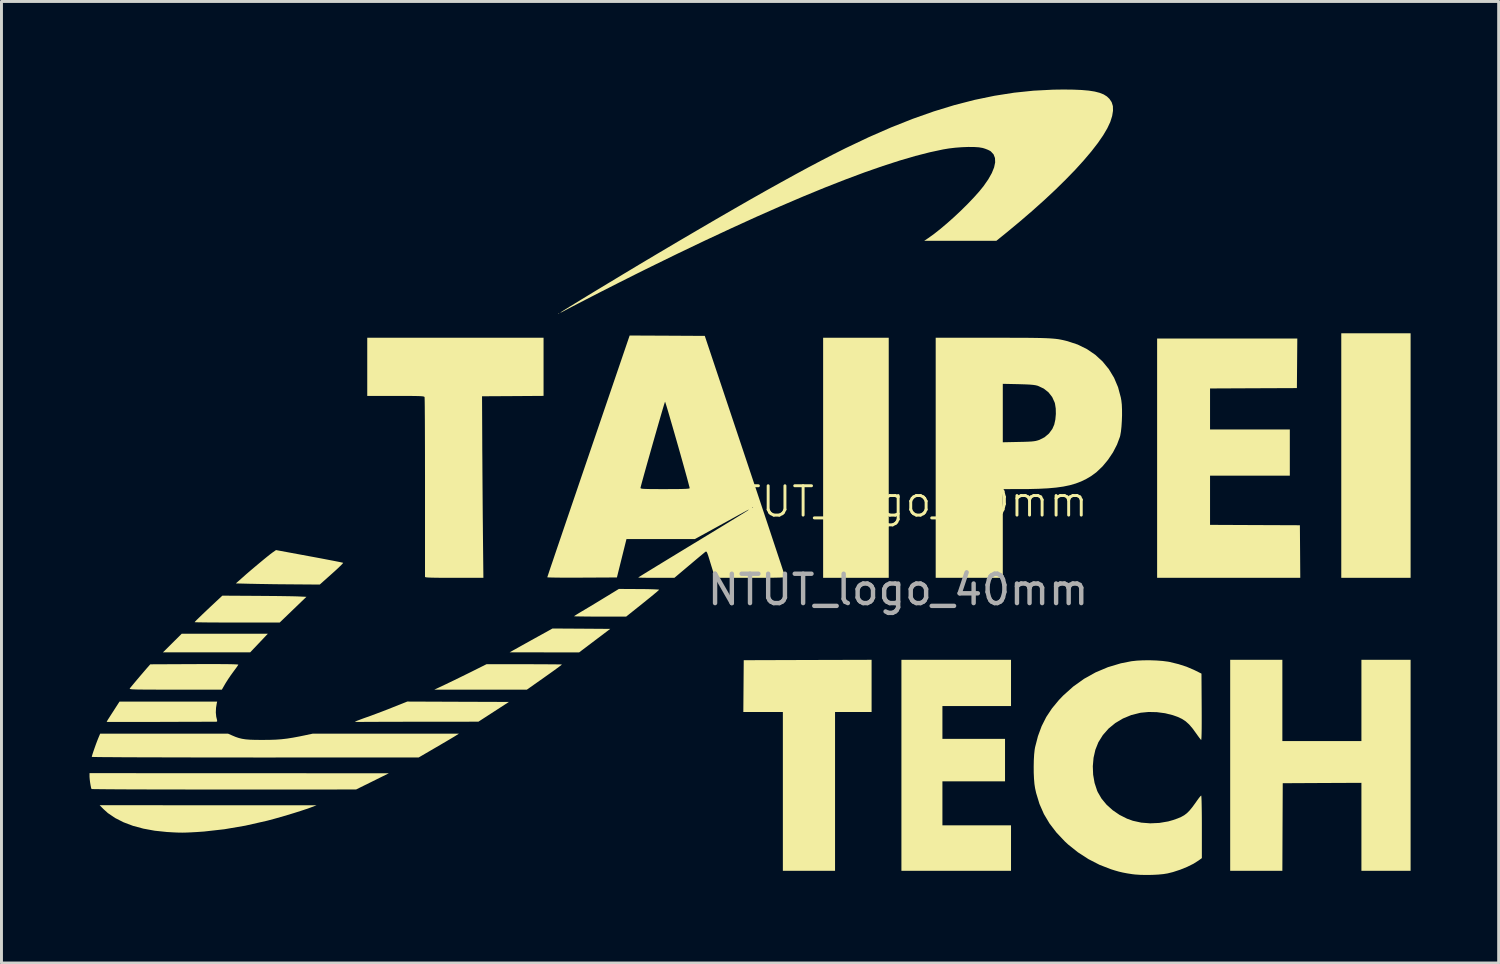
<source format=kicad_pcb>
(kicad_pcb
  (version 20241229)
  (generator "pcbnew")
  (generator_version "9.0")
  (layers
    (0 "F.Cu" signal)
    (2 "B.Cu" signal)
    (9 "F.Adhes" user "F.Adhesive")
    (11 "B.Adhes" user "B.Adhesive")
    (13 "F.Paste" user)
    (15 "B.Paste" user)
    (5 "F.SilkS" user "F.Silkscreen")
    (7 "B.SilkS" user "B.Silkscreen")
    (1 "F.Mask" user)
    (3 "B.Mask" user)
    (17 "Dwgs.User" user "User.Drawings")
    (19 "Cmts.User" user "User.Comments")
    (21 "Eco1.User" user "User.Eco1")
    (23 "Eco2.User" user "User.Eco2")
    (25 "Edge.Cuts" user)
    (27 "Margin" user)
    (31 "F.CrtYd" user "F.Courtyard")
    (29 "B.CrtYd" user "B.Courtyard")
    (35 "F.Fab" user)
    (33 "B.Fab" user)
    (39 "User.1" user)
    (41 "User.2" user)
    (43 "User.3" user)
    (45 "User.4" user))
  (footprint "NTUT_logo_40mm"
    (layer "F.Cu")
    (at 27.55 14.542)
    (property "Reference" "NTUT_logo_40mm" (at 0 -0.5 0) (unlocked yes) (layer "F.SilkS") (effects (font (size 1 1) (thickness 0.1))))
    (attr smd)
    (fp_poly (pts (xy -11.548 -6.91) (xy -11.56 -6.897) (xy -11.573 -6.91) (xy -11.56 -6.923)) (stroke (width 0) (type solid)) (fill yes) (layer "F.SilkS"))
    (fp_poly (pts (xy -21.775 4.316) (xy -22.076 4.633) (xy -23.562 4.633) (xy -25.048 4.634) (xy -24.728 4.316) (xy -24.409 3.999) (xy -22.942 3.999) (xy -21.475 3.999)) (stroke (width 0) (type solid)) (fill yes) (layer "F.SilkS"))
    (fp_poly (pts (xy -0.321 -1.995) (xy -0.321 2.094) (xy -1.439 2.094) (xy -2.556 2.094) (xy -2.556 -1.995) (xy -2.556 -6.085) (xy -1.439 -6.085) (xy -0.321 -6.085)) (stroke (width 0) (type solid)) (fill yes) (layer "F.SilkS"))
    (fp_poly (pts (xy 17.459 -2.071) (xy 17.459 2.094) (xy 16.278 2.094) (xy 15.097 2.094) (xy 15.097 -2.071) (xy 15.097 -6.237) (xy 16.278 -6.237) (xy 17.459 -6.237)) (stroke (width 0) (type solid)) (fill yes) (layer "F.SilkS"))
    (fp_poly (pts (xy -10.793 3.827) (xy -9.81 3.834) (xy -10.339 4.234) (xy -10.868 4.634) (xy -12.053 4.634) (xy -13.237 4.633) (xy -13.11 4.561) (xy -13.053 4.53) (xy -12.96 4.478) (xy -12.837 4.409) (xy -12.692 4.328) (xy -12.532 4.239) (xy -12.38 4.155) (xy -11.777 3.821)) (stroke (width 0) (type solid)) (fill yes) (layer "F.SilkS"))
    (fp_poly (pts (xy -0.905 5.777) (xy -0.905 6.666) (xy -1.528 6.666) (xy -2.15 6.666) (xy -2.15 9.371) (xy -2.15 12.076) (xy -3.039 12.076) (xy -3.928 12.076) (xy -3.928 9.371) (xy -3.928 6.666) (xy -4.601 6.666) (xy -5.275 6.666) (xy -5.268 5.784) (xy -5.261 4.901) (xy -3.083 4.894) (xy -0.905 4.888)) (stroke (width 0) (type solid)) (fill yes) (layer "F.SilkS"))
    (fp_poly (pts (xy 3.845 5.676) (xy 3.845 6.463) (xy 2.676 6.463) (xy 1.508 6.463) (xy 1.508 7.022) (xy 1.508 7.581) (xy 2.575 7.581) (xy 3.641 7.581) (xy 3.641 8.305) (xy 3.641 9.028) (xy 2.575 9.028) (xy 1.508 9.028) (xy 1.508 9.778) (xy 1.508 10.527) (xy 2.676 10.527) (xy 3.845 10.527) (xy 3.845 11.302) (xy 3.845 12.076) (xy 1.978 12.076) (xy 0.111 12.076) (xy 0.111 8.482) (xy 0.111 4.888) (xy 1.978 4.888) (xy 3.845 4.888)) (stroke (width 0) (type solid)) (fill yes) (layer "F.SilkS"))
    (fp_poly (pts (xy 13.09 6.272) (xy 13.09 7.657) (xy 14.436 7.657) (xy 15.783 7.657) (xy 15.783 6.272) (xy 15.783 4.888) (xy 16.621 4.888) (xy 17.459 4.888) (xy 17.459 8.482) (xy 17.459 12.076) (xy 16.621 12.076) (xy 15.783 12.076) (xy 15.783 10.578) (xy 15.783 9.079) (xy 14.443 9.085) (xy 13.103 9.092) (xy 13.096 10.584) (xy 13.09 12.076) (xy 12.201 12.076) (xy 11.312 12.076) (xy 11.312 8.482) (xy 11.312 4.888) (xy 12.201 4.888) (xy 13.09 4.888)) (stroke (width 0) (type solid)) (fill yes) (layer "F.SilkS"))
    (fp_poly (pts (xy 13.592 -5.215) (xy 13.585 -4.37) (xy 12.106 -4.364) (xy 10.626 -4.357) (xy 10.626 -3.659) (xy 10.626 -2.96) (xy 11.985 -2.96) (xy 13.344 -2.96) (xy 13.344 -2.173) (xy 13.344 -1.386) (xy 11.985 -1.386) (xy 10.626 -1.386) (xy 10.626 -0.548) (xy 10.626 0.29) (xy 12.157 0.297) (xy 13.687 0.303) (xy 13.694 1.199) (xy 13.7 2.094) (xy 11.262 2.094) (xy 8.823 2.094) (xy 8.823 -1.982) (xy 8.823 -6.059) (xy 11.211 -6.059) (xy 13.599 -6.059)) (stroke (width 0) (type solid)) (fill yes) (layer "F.SilkS"))
    (fp_poly (pts (xy -22.451 8.751) (xy -17.352 8.753) (xy -17.91 9.03) (xy -18.469 9.306) (xy -22.97 9.307) (xy -23.444 9.307) (xy -23.905 9.307) (xy -24.349 9.306) (xy -24.774 9.306) (xy -25.178 9.305) (xy -25.558 9.304) (xy -25.912 9.303) (xy -26.236 9.302) (xy -26.529 9.3) (xy -26.787 9.299) (xy -27.009 9.297) (xy -27.191 9.295) (xy -27.332 9.294) (xy -27.428 9.292) (xy -27.476 9.29) (xy -27.482 9.289) (xy -27.497 9.246) (xy -27.513 9.168) (xy -27.529 9.072) (xy -27.542 8.973) (xy -27.549 8.887) (xy -27.55 8.859) (xy -27.55 8.749)) (stroke (width 0) (type solid)) (fill yes) (layer "F.SilkS"))
    (fp_poly (pts (xy -12.496 5.038) (xy -12.261 5.039) (xy -12.048 5.04) (xy -11.86 5.041) (xy -11.702 5.042) (xy -11.579 5.044) (xy -11.496 5.045) (xy -11.458 5.047) (xy -11.456 5.047) (xy -11.474 5.064) (xy -11.528 5.106) (xy -11.613 5.169) (xy -11.725 5.251) (xy -11.858 5.346) (xy -12.008 5.452) (xy -12.048 5.481) (xy -12.649 5.904) (xy -14.225 5.904) (xy -15.802 5.904) (xy -15.434 5.731) (xy -15.295 5.664) (xy -15.124 5.582) (xy -14.936 5.49) (xy -14.745 5.396) (xy -14.564 5.307) (xy -14.546 5.298) (xy -14.026 5.038) (xy -12.746 5.038)) (stroke (width 0) (type solid)) (fill yes) (layer "F.SilkS"))
    (fp_poly (pts (xy -23.51 9.843) (xy -19.816 9.844) (xy -20.019 9.921) (xy -20.169 9.974) (xy -20.356 10.036) (xy -20.571 10.104) (xy -20.801 10.174) (xy -21.036 10.243) (xy -21.263 10.307) (xy -21.473 10.363) (xy -21.517 10.374) (xy -22.246 10.539) (xy -22.954 10.66) (xy -23.646 10.738) (xy -23.892 10.755) (xy -24.088 10.766) (xy -24.249 10.773) (xy -24.389 10.776) (xy -24.525 10.774) (xy -24.671 10.768) (xy -24.843 10.758) (xy -24.913 10.754) (xy -25.326 10.711) (xy -25.713 10.64) (xy -26.07 10.544) (xy -26.393 10.422) (xy -26.678 10.277) (xy -26.924 10.11) (xy -27.079 9.97) (xy -27.205 9.841)) (stroke (width 0) (type solid)) (fill yes) (layer "F.SilkS"))
    (fp_poly (pts (xy -21.865 2.709) (xy -21.615 2.711) (xy -21.372 2.713) (xy -21.141 2.715) (xy -20.93 2.718) (xy -20.745 2.721) (xy -20.593 2.724) (xy -20.481 2.727) (xy -20.433 2.729) (xy -20.161 2.742) (xy -20.616 3.18) (xy -21.071 3.618) (xy -22.52 3.618) (xy -22.786 3.618) (xy -23.036 3.617) (xy -23.266 3.616) (xy -23.471 3.615) (xy -23.647 3.613) (xy -23.789 3.611) (xy -23.893 3.609) (xy -23.954 3.607) (xy -23.968 3.605) (xy -23.95 3.582) (xy -23.898 3.528) (xy -23.814 3.446) (xy -23.702 3.338) (xy -23.564 3.207) (xy -23.405 3.057) (xy -23.249 2.911) (xy -23.025 2.702)) (stroke (width 0) (type solid)) (fill yes) (layer "F.SilkS"))
    (fp_poly (pts (xy -14.994 6.317) (xy -13.262 6.323) (xy -13.782 6.66) (xy -14.301 6.996) (xy -16.131 6.997) (xy -16.44 6.998) (xy -16.74 6.998) (xy -17.026 6.999) (xy -17.294 6.999) (xy -17.539 7) (xy -17.756 7.001) (xy -17.94 7.001) (xy -18.086 7.002) (xy -18.19 7.003) (xy -18.234 7.004) (xy -18.345 7.005) (xy -18.434 7.004) (xy -18.491 7) (xy -18.507 6.996) (xy -18.484 6.984) (xy -18.421 6.959) (xy -18.326 6.923) (xy -18.208 6.879) (xy -18.12 6.848) (xy -17.968 6.794) (xy -17.786 6.726) (xy -17.589 6.652) (xy -17.392 6.576) (xy -17.229 6.511) (xy -16.725 6.31)) (stroke (width 0) (type solid)) (fill yes) (layer "F.SilkS"))
    (fp_poly (pts (xy -8.829 2.477) (xy -8.649 2.478) (xy -8.486 2.481) (xy -8.348 2.485) (xy -8.24 2.49) (xy -8.17 2.494) (xy -8.144 2.5) (xy -8.144 2.5) (xy -8.163 2.52) (xy -8.217 2.568) (xy -8.301 2.638) (xy -8.409 2.728) (xy -8.538 2.832) (xy -8.68 2.947) (xy -8.705 2.967) (xy -9.266 3.415) (xy -10.153 3.415) (xy -10.359 3.415) (xy -10.549 3.414) (xy -10.716 3.412) (xy -10.854 3.41) (xy -10.958 3.408) (xy -11.021 3.406) (xy -11.04 3.403) (xy -11.019 3.386) (xy -10.963 3.35) (xy -10.881 3.299) (xy -10.792 3.246) (xy -10.696 3.189) (xy -10.567 3.112) (xy -10.415 3.021) (xy -10.252 2.922) (xy -10.087 2.822) (xy -10.03 2.787) (xy -9.515 2.473)) (stroke (width 0) (type solid)) (fill yes) (layer "F.SilkS"))
    (fp_poly (pts (xy -20.061 1.359) (xy -19.828 1.402) (xy -19.61 1.443) (xy -19.412 1.481) (xy -19.24 1.514) (xy -19.099 1.542) (xy -18.993 1.563) (xy -18.928 1.578) (xy -18.909 1.583) (xy -18.922 1.604) (xy -18.968 1.653) (xy -19.042 1.725) (xy -19.138 1.816) (xy -19.252 1.919) (xy -19.299 1.961) (xy -19.706 2.324) (xy -20.625 2.317) (xy -20.864 2.315) (xy -21.112 2.313) (xy -21.358 2.31) (xy -21.592 2.306) (xy -21.802 2.303) (xy -21.977 2.299) (xy -22.054 2.298) (xy -22.565 2.285) (xy -22.335 2.082) (xy -22.208 1.969) (xy -22.066 1.847) (xy -21.917 1.721) (xy -21.769 1.597) (xy -21.629 1.481) (xy -21.503 1.378) (xy -21.399 1.295) (xy -21.323 1.238) (xy -21.306 1.225) (xy -21.196 1.149)) (stroke (width 0) (type solid)) (fill yes) (layer "F.SilkS"))
    (fp_poly (pts (xy -23.215 6.368) (xy -23.24 6.523) (xy -23.247 6.682) (xy -23.233 6.825) (xy -23.224 6.863) (xy -23.205 6.94) (xy -23.201 6.979) (xy -23.213 6.994) (xy -23.242 6.997) (xy -23.276 6.997) (xy -23.356 6.997) (xy -23.479 6.997) (xy -23.64 6.998) (xy -23.835 6.999) (xy -24.06 6.999) (xy -24.311 7) (xy -24.584 7.001) (xy -24.875 7.002) (xy -25.13 7.003) (xy -25.431 7.004) (xy -25.716 7.004) (xy -25.981 7.005) (xy -26.224 7.005) (xy -26.439 7.005) (xy -26.623 7.005) (xy -26.771 7.004) (xy -26.881 7.004) (xy -26.947 7.003) (xy -26.966 7.002) (xy -26.961 6.991) (xy -26.947 6.965) (xy -26.918 6.917) (xy -26.871 6.844) (xy -26.804 6.739) (xy -26.712 6.597) (xy -26.712 6.596) (xy -26.528 6.311) (xy -24.865 6.311) (xy -23.201 6.311)) (stroke (width 0) (type solid)) (fill yes) (layer "F.SilkS"))
    (fp_poly (pts (xy -23.035 5.034) (xy -22.823 5.036) (xy -22.661 5.039) (xy -22.551 5.044) (xy -22.491 5.049) (xy -22.479 5.053) (xy -22.498 5.083) (xy -22.54 5.144) (xy -22.6 5.226) (xy -22.651 5.295) (xy -22.736 5.412) (xy -22.825 5.543) (xy -22.902 5.664) (xy -22.928 5.707) (xy -23.041 5.904) (xy -24.626 5.904) (xy -24.948 5.904) (xy -25.224 5.904) (xy -25.456 5.903) (xy -25.649 5.902) (xy -25.804 5.901) (xy -25.928 5.899) (xy -26.021 5.896) (xy -26.09 5.893) (xy -26.136 5.888) (xy -26.165 5.883) (xy -26.178 5.876) (xy -26.181 5.869) (xy -26.176 5.86) (xy -26.142 5.818) (xy -26.083 5.746) (xy -26.005 5.653) (xy -25.916 5.547) (xy -25.823 5.437) (xy -25.733 5.332) (xy -25.654 5.24) (xy -25.593 5.169) (xy -25.575 5.149) (xy -25.48 5.041) (xy -23.974 5.034) (xy -23.611 5.033) (xy -23.298 5.033)) (stroke (width 0) (type solid)) (fill yes) (layer "F.SilkS"))
    (fp_poly (pts (xy -22.686 7.467) (xy -22.572 7.515) (xy -22.465 7.551) (xy -22.356 7.578) (xy -22.235 7.597) (xy -22.093 7.609) (xy -21.921 7.615) (xy -21.71 7.617) (xy -21.657 7.617) (xy -21.416 7.615) (xy -21.206 7.608) (xy -21.013 7.594) (xy -20.822 7.572) (xy -20.619 7.54) (xy -20.39 7.497) (xy -20.235 7.465) (xy -19.942 7.403) (xy -17.453 7.403) (xy -14.964 7.404) (xy -15.091 7.484) (xy -15.148 7.519) (xy -15.242 7.575) (xy -15.364 7.647) (xy -15.507 7.731) (xy -15.663 7.823) (xy -15.777 7.889) (xy -16.336 8.215) (xy -21.905 8.216) (xy -22.433 8.215) (xy -22.947 8.215) (xy -23.446 8.215) (xy -23.926 8.214) (xy -24.386 8.213) (xy -24.823 8.212) (xy -25.235 8.211) (xy -25.62 8.21) (xy -25.975 8.209) (xy -26.298 8.208) (xy -26.587 8.206) (xy -26.84 8.204) (xy -27.053 8.203) (xy -27.225 8.201) (xy -27.354 8.199) (xy -27.437 8.197) (xy -27.473 8.195) (xy -27.474 8.195) (xy -27.465 8.158) (xy -27.443 8.084) (xy -27.41 7.986) (xy -27.371 7.874) (xy -27.33 7.759) (xy -27.29 7.653) (xy -27.256 7.567) (xy -27.254 7.562) (xy -27.187 7.403) (xy -25.009 7.403) (xy -22.832 7.403)) (stroke (width 0) (type solid)) (fill yes) (layer "F.SilkS"))
    (fp_poly (pts (xy -15.085 -6.085) (xy -12.081 -6.085) (xy -12.081 -5.094) (xy -12.081 -4.104) (xy -13.129 -4.097) (xy -14.177 -4.091) (xy -14.17 -2.605) (xy -14.169 -2.284) (xy -14.166 -1.923) (xy -14.164 -1.536) (xy -14.161 -1.132) (xy -14.158 -0.724) (xy -14.155 -0.323) (xy -14.152 0.059) (xy -14.148 0.41) (xy -14.148 0.488) (xy -14.131 2.094) (xy -15.126 2.094) (xy -15.387 2.094) (xy -15.602 2.093) (xy -15.774 2.091) (xy -15.906 2.088) (xy -16.003 2.084) (xy -16.069 2.079) (xy -16.106 2.072) (xy -16.12 2.064) (xy -16.12 2.062) (xy -16.12 2.033) (xy -16.12 1.957) (xy -16.12 1.836) (xy -16.12 1.673) (xy -16.12 1.473) (xy -16.12 1.237) (xy -16.12 0.969) (xy -16.12 0.673) (xy -16.12 0.352) (xy -16.12 0.008) (xy -16.12 -0.356) (xy -16.12 -0.735) (xy -16.12 -0.996) (xy -16.12 -1.385) (xy -16.121 -1.759) (xy -16.121 -2.117) (xy -16.122 -2.455) (xy -16.123 -2.769) (xy -16.124 -3.057) (xy -16.125 -3.315) (xy -16.127 -3.54) (xy -16.128 -3.729) (xy -16.13 -3.879) (xy -16.132 -3.987) (xy -16.134 -4.049) (xy -16.135 -4.063) (xy -16.144 -4.074) (xy -16.163 -4.082) (xy -16.199 -4.089) (xy -16.256 -4.094) (xy -16.338 -4.098) (xy -16.45 -4.1) (xy -16.597 -4.102) (xy -16.783 -4.103) (xy -17.014 -4.103) (xy -17.119 -4.103) (xy -18.088 -4.103) (xy -18.088 -5.094) (xy -18.088 -6.085)) (stroke (width 0) (type solid)) (fill yes) (layer "F.SilkS"))
    (fp_poly (pts (xy 3.587 -6.085) (xy 3.918 -6.084) (xy 4.207 -6.083) (xy 4.458 -6.082) (xy 4.673 -6.079) (xy 4.857 -6.076) (xy 5.014 -6.071) (xy 5.147 -6.065) (xy 5.262 -6.057) (xy 5.361 -6.048) (xy 5.45 -6.037) (xy 5.53 -6.023) (xy 5.608 -6.007) (xy 5.686 -5.989) (xy 5.768 -5.968) (xy 5.773 -5.967) (xy 6.117 -5.853) (xy 6.432 -5.698) (xy 6.715 -5.505) (xy 6.965 -5.276) (xy 7.179 -5.014) (xy 7.356 -4.721) (xy 7.492 -4.4) (xy 7.585 -4.053) (xy 7.604 -3.948) (xy 7.62 -3.807) (xy 7.627 -3.635) (xy 7.628 -3.445) (xy 7.621 -3.25) (xy 7.609 -3.061) (xy 7.591 -2.892) (xy 7.567 -2.756) (xy 7.556 -2.711) (xy 7.456 -2.444) (xy 7.319 -2.179) (xy 7.15 -1.927) (xy 6.958 -1.697) (xy 6.75 -1.5) (xy 6.574 -1.371) (xy 6.407 -1.273) (xy 6.234 -1.189) (xy 6.05 -1.119) (xy 5.85 -1.061) (xy 5.629 -1.015) (xy 5.381 -0.98) (xy 5.102 -0.955) (xy 4.786 -0.939) (xy 4.428 -0.93) (xy 4.168 -0.929) (xy 3.565 -0.928) (xy 3.565 0.583) (xy 3.565 2.094) (xy 2.422 2.094) (xy 1.279 2.094) (xy 1.279 -1.995) (xy 1.279 -4.515) (xy 3.565 -4.515) (xy 3.565 -3.519) (xy 3.565 -2.524) (xy 4.105 -2.535) (xy 4.289 -2.539) (xy 4.432 -2.544) (xy 4.54 -2.55) (xy 4.624 -2.559) (xy 4.691 -2.57) (xy 4.751 -2.586) (xy 4.81 -2.605) (xy 4.988 -2.695) (xy 5.138 -2.822) (xy 5.254 -2.98) (xy 5.318 -3.127) (xy 5.356 -3.299) (xy 5.373 -3.488) (xy 5.369 -3.675) (xy 5.343 -3.841) (xy 5.332 -3.879) (xy 5.247 -4.066) (xy 5.122 -4.225) (xy 4.96 -4.353) (xy 4.766 -4.444) (xy 4.746 -4.451) (xy 4.681 -4.467) (xy 4.592 -4.48) (xy 4.473 -4.49) (xy 4.317 -4.497) (xy 4.117 -4.503) (xy 4.092 -4.504) (xy 3.565 -4.515) (xy 1.279 -4.515) (xy 1.279 -6.085) (xy 3.208 -6.085)) (stroke (width 0) (type solid)) (fill yes) (layer "F.SilkS"))
    (fp_poly (pts (xy 5.966 -14.538) (xy 6.251 -14.526) (xy 6.493 -14.505) (xy 6.696 -14.473) (xy 6.864 -14.43) (xy 7.002 -14.375) (xy 7.112 -14.306) (xy 7.199 -14.223) (xy 7.266 -14.124) (xy 7.277 -14.103) (xy 7.316 -13.977) (xy 7.32 -13.82) (xy 7.291 -13.64) (xy 7.229 -13.443) (xy 7.227 -13.437) (xy 7.126 -13.221) (xy 6.984 -12.98) (xy 6.802 -12.717) (xy 6.582 -12.433) (xy 6.326 -12.131) (xy 6.036 -11.811) (xy 5.713 -11.478) (xy 5.36 -11.131) (xy 4.978 -10.774) (xy 4.569 -10.408) (xy 4.135 -10.035) (xy 3.678 -9.656) (xy 3.665 -9.646) (xy 3.345 -9.387) (xy 2.116 -9.387) (xy 0.886 -9.387) (xy 1.026 -9.48) (xy 1.222 -9.621) (xy 1.441 -9.794) (xy 1.674 -9.991) (xy 1.913 -10.204) (xy 2.149 -10.426) (xy 2.375 -10.65) (xy 2.583 -10.868) (xy 2.765 -11.072) (xy 2.912 -11.254) (xy 3.072 -11.484) (xy 3.191 -11.696) (xy 3.269 -11.889) (xy 3.305 -12.06) (xy 3.299 -12.208) (xy 3.251 -12.333) (xy 3.16 -12.431) (xy 3.136 -12.449) (xy 3.061 -12.487) (xy 2.961 -12.526) (xy 2.879 -12.551) (xy 2.751 -12.573) (xy 2.584 -12.584) (xy 2.387 -12.585) (xy 2.172 -12.577) (xy 1.949 -12.56) (xy 1.728 -12.534) (xy 1.53 -12.501) (xy 1.078 -12.404) (xy 0.585 -12.278) (xy 0.052 -12.122) (xy -0.523 -11.936) (xy -1.138 -11.722) (xy -1.794 -11.477) (xy -2.491 -11.204) (xy -3.228 -10.901) (xy -4.005 -10.569) (xy -4.823 -10.208) (xy -5.68 -9.817) (xy -6.578 -9.398) (xy -7.515 -8.95) (xy -8.411 -8.512) (xy -8.668 -8.385) (xy -8.944 -8.248) (xy -9.232 -8.103) (xy -9.527 -7.955) (xy -9.822 -7.805) (xy -10.112 -7.658) (xy -10.39 -7.515) (xy -10.651 -7.381) (xy -10.889 -7.258) (xy -11.097 -7.15) (xy -11.271 -7.058) (xy -11.37 -7.005) (xy -11.445 -6.965) (xy -11.495 -6.943) (xy -11.512 -6.94) (xy -11.51 -6.942) (xy -11.482 -6.962) (xy -11.415 -7.005) (xy -11.311 -7.07) (xy -11.174 -7.155) (xy -11.009 -7.256) (xy -10.818 -7.373) (xy -10.606 -7.502) (xy -10.376 -7.642) (xy -10.131 -7.79) (xy -9.876 -7.944) (xy -9.614 -8.102) (xy -9.349 -8.262) (xy -9.084 -8.421) (xy -8.823 -8.578) (xy -8.569 -8.729) (xy -8.327 -8.873) (xy -8.245 -8.922) (xy -7.522 -9.35) (xy -6.84 -9.75) (xy -6.198 -10.125) (xy -5.592 -10.475) (xy -5.022 -10.802) (xy -4.486 -11.105) (xy -3.981 -11.386) (xy -3.507 -11.647) (xy -3.062 -11.888) (xy -2.643 -12.109) (xy -2.249 -12.313) (xy -1.878 -12.5) (xy -1.782 -12.548) (xy -0.996 -12.921) (xy -0.236 -13.253) (xy 0.501 -13.545) (xy 1.218 -13.798) (xy 1.918 -14.012) (xy 2.605 -14.189) (xy 3.282 -14.329) (xy 3.951 -14.434) (xy 4.615 -14.503) (xy 5.279 -14.537) (xy 5.635 -14.542)) (stroke (width 0) (type solid)) (fill yes) (layer "F.SilkS"))
    (fp_poly (pts (xy 8.798 4.911) (xy 9.012 4.927) (xy 9.196 4.951) (xy 9.255 4.962) (xy 9.555 5.036) (xy 9.822 5.122) (xy 10.069 5.227) (xy 10.123 5.253) (xy 10.334 5.358) (xy 10.341 6.496) (xy 10.342 6.786) (xy 10.342 7.036) (xy 10.341 7.243) (xy 10.338 7.407) (xy 10.334 7.526) (xy 10.329 7.597) (xy 10.323 7.62) (xy 10.323 7.62) (xy 10.299 7.593) (xy 10.254 7.535) (xy 10.195 7.454) (xy 10.154 7.396) (xy 10.027 7.222) (xy 9.911 7.087) (xy 9.794 6.982) (xy 9.668 6.9) (xy 9.521 6.831) (xy 9.356 6.773) (xy 9.095 6.708) (xy 8.813 6.671) (xy 8.531 6.665) (xy 8.268 6.69) (xy 8.25 6.693) (xy 7.942 6.77) (xy 7.657 6.888) (xy 7.397 7.043) (xy 7.168 7.231) (xy 6.975 7.451) (xy 6.821 7.697) (xy 6.818 7.704) (xy 6.719 7.953) (xy 6.657 8.226) (xy 6.632 8.513) (xy 6.643 8.802) (xy 6.692 9.083) (xy 6.778 9.344) (xy 6.8 9.394) (xy 6.929 9.616) (xy 7.1 9.823) (xy 7.307 10.01) (xy 7.542 10.171) (xy 7.798 10.3) (xy 7.997 10.372) (xy 8.284 10.435) (xy 8.589 10.459) (xy 8.899 10.445) (xy 9.2 10.394) (xy 9.369 10.346) (xy 9.519 10.293) (xy 9.642 10.241) (xy 9.746 10.183) (xy 9.838 10.113) (xy 9.928 10.023) (xy 10.023 9.907) (xy 10.132 9.758) (xy 10.193 9.67) (xy 10.249 9.594) (xy 10.295 9.538) (xy 10.323 9.512) (xy 10.325 9.511) (xy 10.33 9.536) (xy 10.334 9.606) (xy 10.338 9.716) (xy 10.341 9.861) (xy 10.344 10.037) (xy 10.346 10.236) (xy 10.347 10.456) (xy 10.347 10.578) (xy 10.347 11.644) (xy 10.239 11.723) (xy 10.063 11.835) (xy 9.849 11.941) (xy 9.611 12.038) (xy 9.363 12.119) (xy 9.179 12.165) (xy 9.036 12.188) (xy 8.858 12.205) (xy 8.658 12.215) (xy 8.451 12.218) (xy 8.25 12.214) (xy 8.072 12.202) (xy 7.985 12.192) (xy 7.805 12.164) (xy 7.657 12.136) (xy 7.52 12.104) (xy 7.374 12.062) (xy 7.248 12.022) (xy 6.863 11.873) (xy 6.485 11.679) (xy 6.125 11.446) (xy 5.792 11.18) (xy 5.68 11.076) (xy 5.396 10.776) (xy 5.159 10.467) (xy 4.966 10.143) (xy 4.815 9.799) (xy 4.702 9.428) (xy 4.665 9.262) (xy 4.643 9.117) (xy 4.628 8.936) (xy 4.619 8.732) (xy 4.618 8.518) (xy 4.622 8.307) (xy 4.633 8.113) (xy 4.651 7.947) (xy 4.666 7.863) (xy 4.763 7.488) (xy 4.888 7.149) (xy 5.046 6.836) (xy 5.242 6.541) (xy 5.48 6.254) (xy 5.622 6.106) (xy 5.963 5.8) (xy 6.332 5.536) (xy 6.727 5.316) (xy 7.146 5.139) (xy 7.587 5.007) (xy 7.947 4.936) (xy 8.129 4.916) (xy 8.341 4.905) (xy 8.569 4.903)) (stroke (width 0) (type solid)) (fill yes) (layer "F.SilkS"))
    (fp_poly (pts (xy -7.868 -6.155) (xy -6.588 -6.148) (xy -5.221 -2.059) (xy -5.074 -1.618) (xy -4.931 -1.191) (xy -4.793 -0.778) (xy -4.662 -0.384) (xy -4.537 -0.01) (xy -4.42 0.341) (xy -4.312 0.667) (xy -4.213 0.965) (xy -4.124 1.233) (xy -4.046 1.468) (xy -3.98 1.667) (xy -3.927 1.829) (xy -3.888 1.95) (xy -3.863 2.029) (xy -3.853 2.062) (xy -3.852 2.062) (xy -3.862 2.07) (xy -3.895 2.077) (xy -3.953 2.082) (xy -4.041 2.086) (xy -4.163 2.089) (xy -4.321 2.092) (xy -4.519 2.093) (xy -4.761 2.094) (xy -5.043 2.094) (xy -6.235 2.094) (xy -6.286 1.935) (xy -6.315 1.846) (xy -6.353 1.725) (xy -6.395 1.589) (xy -6.429 1.476) (xy -6.468 1.351) (xy -6.497 1.268) (xy -6.518 1.22) (xy -6.536 1.2) (xy -6.554 1.201) (xy -6.568 1.209) (xy -6.6 1.235) (xy -6.664 1.288) (xy -6.756 1.364) (xy -6.87 1.459) (xy -6.999 1.568) (xy -7.119 1.669) (xy -7.623 2.094) (xy -8.239 2.094) (xy -8.41 2.094) (xy -8.563 2.093) (xy -8.69 2.091) (xy -8.786 2.089) (xy -8.843 2.086) (xy -8.855 2.084) (xy -8.834 2.069) (xy -8.773 2.031) (xy -8.674 1.969) (xy -8.541 1.887) (xy -8.377 1.787) (xy -8.186 1.67) (xy -7.97 1.538) (xy -7.732 1.393) (xy -7.476 1.237) (xy -7.205 1.072) (xy -6.982 0.937) (xy -6.7 0.766) (xy -6.431 0.602) (xy -6.177 0.447) (xy -5.941 0.304) (xy -5.728 0.173) (xy -5.539 0.058) (xy -5.379 -0.04) (xy -5.25 -0.12) (xy -5.156 -0.178) (xy -5.099 -0.214) (xy -5.083 -0.224) (xy -5.076 -0.232) (xy -5.076 -0.235) (xy -5.086 -0.232) (xy -5.11 -0.221) (xy -5.152 -0.199) (xy -5.216 -0.165) (xy -5.305 -0.117) (xy -5.422 -0.053) (xy -5.572 0.03) (xy -5.758 0.132) (xy -5.984 0.256) (xy -6.054 0.295) (xy -6.924 0.773) (xy -8.09 0.773) (xy -9.256 0.773) (xy -9.419 1.427) (xy -9.582 2.082) (xy -10.768 2.088) (xy -11.008 2.089) (xy -11.232 2.089) (xy -11.434 2.089) (xy -11.611 2.087) (xy -11.756 2.085) (xy -11.865 2.082) (xy -11.932 2.079) (xy -11.954 2.076) (xy -11.946 2.05) (xy -11.922 1.979) (xy -11.884 1.864) (xy -11.832 1.709) (xy -11.766 1.516) (xy -11.689 1.287) (xy -11.6 1.025) (xy -11.5 0.732) (xy -11.391 0.411) (xy -11.273 0.064) (xy -11.164 -0.255) (xy -5.045 -0.255) (xy -5.033 -0.243) (xy -5.02 -0.255) (xy -5.033 -0.268) (xy -5.045 -0.255) (xy -11.164 -0.255) (xy -11.147 -0.306) (xy -11.147 -0.306) (xy -4.969 -0.306) (xy -4.957 -0.293) (xy -4.944 -0.306) (xy -4.957 -0.319) (xy -4.969 -0.306) (xy -11.147 -0.306) (xy -11.013 -0.697) (xy -10.921 -0.967) (xy -8.779 -0.967) (xy -8.774 -0.956) (xy -8.755 -0.948) (xy -8.718 -0.941) (xy -8.658 -0.936) (xy -8.569 -0.933) (xy -8.447 -0.93) (xy -8.286 -0.929) (xy -8.083 -0.928) (xy -7.941 -0.928) (xy -7.697 -0.929) (xy -7.5 -0.93) (xy -7.347 -0.933) (xy -7.235 -0.937) (xy -7.159 -0.943) (xy -7.116 -0.95) (xy -7.103 -0.958) (xy -7.109 -0.992) (xy -7.129 -1.068) (xy -7.159 -1.182) (xy -7.198 -1.327) (xy -7.246 -1.5) (xy -7.3 -1.695) (xy -7.359 -1.906) (xy -7.422 -2.13) (xy -7.487 -2.36) (xy -7.553 -2.591) (xy -7.619 -2.82) (xy -7.682 -3.039) (xy -7.742 -3.245) (xy -7.796 -3.432) (xy -7.844 -3.595) (xy -7.884 -3.729) (xy -7.915 -3.829) (xy -7.935 -3.889) (xy -7.942 -3.906) (xy -7.952 -3.879) (xy -7.975 -3.807) (xy -8.008 -3.698) (xy -8.05 -3.555) (xy -8.1 -3.383) (xy -8.156 -3.19) (xy -8.217 -2.978) (xy -8.281 -2.754) (xy -8.347 -2.523) (xy -8.413 -2.29) (xy -8.478 -2.06) (xy -8.541 -1.839) (xy -8.599 -1.632) (xy -8.652 -1.443) (xy -8.697 -1.279) (xy -8.734 -1.144) (xy -8.761 -1.043) (xy -8.776 -0.983) (xy -8.779 -0.967) (xy -10.921 -0.967) (xy -10.874 -1.106) (xy -10.729 -1.531) (xy -10.579 -1.97) (xy -10.551 -2.052) (xy -9.148 -6.161)) (stroke (width 0) (type solid)) (fill yes) (layer "F.SilkS"))
    (fp_text user "${REFERENCE}" (at 0 2.5 0) (unlocked yes) (layer "F.Fab") (effects (font (size 1 1) (thickness 0.15)))))
  (gr_rect
    (start -3 -3)
    (end 48.009 29.76)
    (stroke (width 0.1) (type default))
    (fill no)
    (layer "Edge.Cuts")))
</source>
